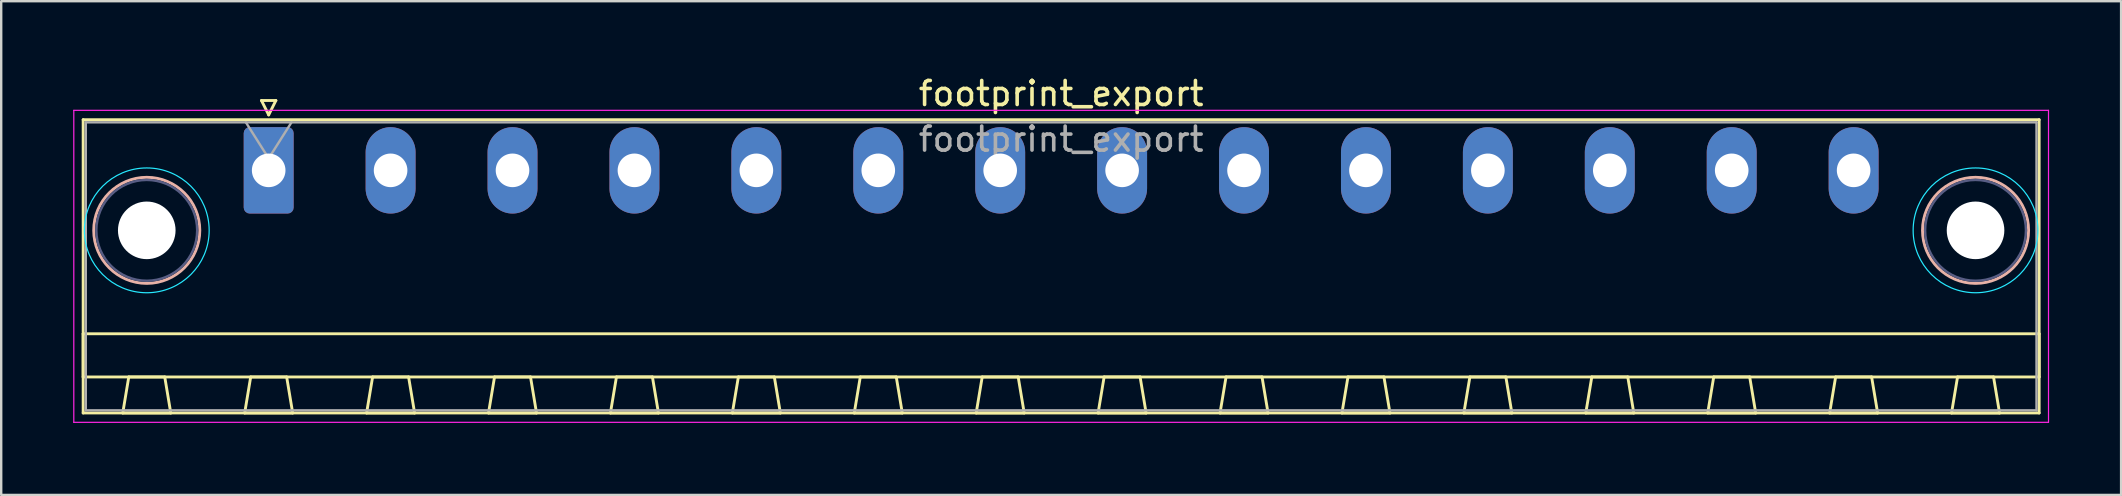
<source format=kicad_pcb>
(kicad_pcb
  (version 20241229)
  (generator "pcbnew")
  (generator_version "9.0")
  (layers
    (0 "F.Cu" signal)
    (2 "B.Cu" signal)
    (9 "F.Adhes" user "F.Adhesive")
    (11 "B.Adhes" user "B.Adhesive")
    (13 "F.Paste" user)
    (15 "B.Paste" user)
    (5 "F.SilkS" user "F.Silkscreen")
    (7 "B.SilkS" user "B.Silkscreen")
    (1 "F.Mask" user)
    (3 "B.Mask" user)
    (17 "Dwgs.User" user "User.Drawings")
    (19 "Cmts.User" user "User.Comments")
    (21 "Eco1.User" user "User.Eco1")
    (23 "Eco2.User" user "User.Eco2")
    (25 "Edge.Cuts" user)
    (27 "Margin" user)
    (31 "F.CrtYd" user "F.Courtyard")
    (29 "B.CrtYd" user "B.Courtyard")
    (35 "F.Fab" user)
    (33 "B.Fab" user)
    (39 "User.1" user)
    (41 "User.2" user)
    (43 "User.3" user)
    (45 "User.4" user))
  (footprint "footprint_export"
    (layer "F.Cu")
    (at 8.145 4.048)
    (property "Reference" "footprint_export" (at 33.02 -3.2 0) (layer "F.SilkS") (effects (font (size 1 1) (thickness 0.15))))
    (attr through_hole)
    (fp_line (start -7.73 -2.11) (end -7.73 10.11) (stroke (width 0.12) (type solid)) (layer "F.SilkS"))
    (fp_line (start -7.73 6.81) (end 73.77 6.81) (stroke (width 0.12) (type solid)) (layer "F.SilkS"))
    (fp_line (start -7.73 8.61) (end -7.73 6.81) (stroke (width 0.12) (type solid)) (layer "F.SilkS"))
    (fp_line (start -7.73 10.11) (end 73.77 10.11) (stroke (width 0.12) (type solid)) (layer "F.SilkS"))
    (fp_line (start -6.08 10.11) (end -4.08 10.11) (stroke (width 0.12) (type solid)) (layer "F.SilkS"))
    (fp_line (start -5.83 8.61) (end -6.08 10.11) (stroke (width 0.12) (type solid)) (layer "F.SilkS"))
    (fp_line (start -4.33 8.61) (end -5.83 8.61) (stroke (width 0.12) (type solid)) (layer "F.SilkS"))
    (fp_line (start -4.08 10.11) (end -4.33 8.61) (stroke (width 0.12) (type solid)) (layer "F.SilkS"))
    (fp_line (start -1 10.11) (end 1 10.11) (stroke (width 0.12) (type solid)) (layer "F.SilkS"))
    (fp_line (start -0.75 8.61) (end -1 10.11) (stroke (width 0.12) (type solid)) (layer "F.SilkS"))
    (fp_line (start -0.3 -2.91) (end 0.3 -2.91) (stroke (width 0.12) (type solid)) (layer "F.SilkS"))
    (fp_line (start 0 -2.31) (end -0.3 -2.91) (stroke (width 0.12) (type solid)) (layer "F.SilkS"))
    (fp_line (start 0.3 -2.91) (end 0 -2.31) (stroke (width 0.12) (type solid)) (layer "F.SilkS"))
    (fp_line (start 0.75 8.61) (end -0.75 8.61) (stroke (width 0.12) (type solid)) (layer "F.SilkS"))
    (fp_line (start 1 10.11) (end 0.75 8.61) (stroke (width 0.12) (type solid)) (layer "F.SilkS"))
    (fp_line (start 4.08 10.11) (end 6.08 10.11) (stroke (width 0.12) (type solid)) (layer "F.SilkS"))
    (fp_line (start 4.33 8.61) (end 4.08 10.11) (stroke (width 0.12) (type solid)) (layer "F.SilkS"))
    (fp_line (start 5.83 8.61) (end 4.33 8.61) (stroke (width 0.12) (type solid)) (layer "F.SilkS"))
    (fp_line (start 6.08 10.11) (end 5.83 8.61) (stroke (width 0.12) (type solid)) (layer "F.SilkS"))
    (fp_line (start 9.16 10.11) (end 11.16 10.11) (stroke (width 0.12) (type solid)) (layer "F.SilkS"))
    (fp_line (start 9.41 8.61) (end 9.16 10.11) (stroke (width 0.12) (type solid)) (layer "F.SilkS"))
    (fp_line (start 10.91 8.61) (end 9.41 8.61) (stroke (width 0.12) (type solid)) (layer "F.SilkS"))
    (fp_line (start 11.16 10.11) (end 10.91 8.61) (stroke (width 0.12) (type solid)) (layer "F.SilkS"))
    (fp_line (start 14.24 10.11) (end 16.24 10.11) (stroke (width 0.12) (type solid)) (layer "F.SilkS"))
    (fp_line (start 14.49 8.61) (end 14.24 10.11) (stroke (width 0.12) (type solid)) (layer "F.SilkS"))
    (fp_line (start 15.99 8.61) (end 14.49 8.61) (stroke (width 0.12) (type solid)) (layer "F.SilkS"))
    (fp_line (start 16.24 10.11) (end 15.99 8.61) (stroke (width 0.12) (type solid)) (layer "F.SilkS"))
    (fp_line (start 19.32 10.11) (end 21.32 10.11) (stroke (width 0.12) (type solid)) (layer "F.SilkS"))
    (fp_line (start 19.57 8.61) (end 19.32 10.11) (stroke (width 0.12) (type solid)) (layer "F.SilkS"))
    (fp_line (start 21.07 8.61) (end 19.57 8.61) (stroke (width 0.12) (type solid)) (layer "F.SilkS"))
    (fp_line (start 21.32 10.11) (end 21.07 8.61) (stroke (width 0.12) (type solid)) (layer "F.SilkS"))
    (fp_line (start 24.4 10.11) (end 26.4 10.11) (stroke (width 0.12) (type solid)) (layer "F.SilkS"))
    (fp_line (start 24.65 8.61) (end 24.4 10.11) (stroke (width 0.12) (type solid)) (layer "F.SilkS"))
    (fp_line (start 26.15 8.61) (end 24.65 8.61) (stroke (width 0.12) (type solid)) (layer "F.SilkS"))
    (fp_line (start 26.4 10.11) (end 26.15 8.61) (stroke (width 0.12) (type solid)) (layer "F.SilkS"))
    (fp_line (start 29.48 10.11) (end 31.48 10.11) (stroke (width 0.12) (type solid)) (layer "F.SilkS"))
    (fp_line (start 29.73 8.61) (end 29.48 10.11) (stroke (width 0.12) (type solid)) (layer "F.SilkS"))
    (fp_line (start 31.23 8.61) (end 29.73 8.61) (stroke (width 0.12) (type solid)) (layer "F.SilkS"))
    (fp_line (start 31.48 10.11) (end 31.23 8.61) (stroke (width 0.12) (type solid)) (layer "F.SilkS"))
    (fp_line (start 34.56 10.11) (end 36.56 10.11) (stroke (width 0.12) (type solid)) (layer "F.SilkS"))
    (fp_line (start 34.81 8.61) (end 34.56 10.11) (stroke (width 0.12) (type solid)) (layer "F.SilkS"))
    (fp_line (start 36.31 8.61) (end 34.81 8.61) (stroke (width 0.12) (type solid)) (layer "F.SilkS"))
    (fp_line (start 36.56 10.11) (end 36.31 8.61) (stroke (width 0.12) (type solid)) (layer "F.SilkS"))
    (fp_line (start 39.64 10.11) (end 41.64 10.11) (stroke (width 0.12) (type solid)) (layer "F.SilkS"))
    (fp_line (start 39.89 8.61) (end 39.64 10.11) (stroke (width 0.12) (type solid)) (layer "F.SilkS"))
    (fp_line (start 41.39 8.61) (end 39.89 8.61) (stroke (width 0.12) (type solid)) (layer "F.SilkS"))
    (fp_line (start 41.64 10.11) (end 41.39 8.61) (stroke (width 0.12) (type solid)) (layer "F.SilkS"))
    (fp_line (start 44.72 10.11) (end 46.72 10.11) (stroke (width 0.12) (type solid)) (layer "F.SilkS"))
    (fp_line (start 44.97 8.61) (end 44.72 10.11) (stroke (width 0.12) (type solid)) (layer "F.SilkS"))
    (fp_line (start 46.47 8.61) (end 44.97 8.61) (stroke (width 0.12) (type solid)) (layer "F.SilkS"))
    (fp_line (start 46.72 10.11) (end 46.47 8.61) (stroke (width 0.12) (type solid)) (layer "F.SilkS"))
    (fp_line (start 49.8 10.11) (end 51.8 10.11) (stroke (width 0.12) (type solid)) (layer "F.SilkS"))
    (fp_line (start 50.05 8.61) (end 49.8 10.11) (stroke (width 0.12) (type solid)) (layer "F.SilkS"))
    (fp_line (start 51.55 8.61) (end 50.05 8.61) (stroke (width 0.12) (type solid)) (layer "F.SilkS"))
    (fp_line (start 51.8 10.11) (end 51.55 8.61) (stroke (width 0.12) (type solid)) (layer "F.SilkS"))
    (fp_line (start 54.88 10.11) (end 56.88 10.11) (stroke (width 0.12) (type solid)) (layer "F.SilkS"))
    (fp_line (start 55.13 8.61) (end 54.88 10.11) (stroke (width 0.12) (type solid)) (layer "F.SilkS"))
    (fp_line (start 56.63 8.61) (end 55.13 8.61) (stroke (width 0.12) (type solid)) (layer "F.SilkS"))
    (fp_line (start 56.88 10.11) (end 56.63 8.61) (stroke (width 0.12) (type solid)) (layer "F.SilkS"))
    (fp_line (start 59.96 10.11) (end 61.96 10.11) (stroke (width 0.12) (type solid)) (layer "F.SilkS"))
    (fp_line (start 60.21 8.61) (end 59.96 10.11) (stroke (width 0.12) (type solid)) (layer "F.SilkS"))
    (fp_line (start 61.71 8.61) (end 60.21 8.61) (stroke (width 0.12) (type solid)) (layer "F.SilkS"))
    (fp_line (start 61.96 10.11) (end 61.71 8.61) (stroke (width 0.12) (type solid)) (layer "F.SilkS"))
    (fp_line (start 65.04 10.11) (end 67.04 10.11) (stroke (width 0.12) (type solid)) (layer "F.SilkS"))
    (fp_line (start 65.29 8.61) (end 65.04 10.11) (stroke (width 0.12) (type solid)) (layer "F.SilkS"))
    (fp_line (start 66.79 8.61) (end 65.29 8.61) (stroke (width 0.12) (type solid)) (layer "F.SilkS"))
    (fp_line (start 67.04 10.11) (end 66.79 8.61) (stroke (width 0.12) (type solid)) (layer "F.SilkS"))
    (fp_line (start 70.12 10.11) (end 72.12 10.11) (stroke (width 0.12) (type solid)) (layer "F.SilkS"))
    (fp_line (start 70.37 8.61) (end 70.12 10.11) (stroke (width 0.12) (type solid)) (layer "F.SilkS"))
    (fp_line (start 71.87 8.61) (end 70.37 8.61) (stroke (width 0.12) (type solid)) (layer "F.SilkS"))
    (fp_line (start 72.12 10.11) (end 71.87 8.61) (stroke (width 0.12) (type solid)) (layer "F.SilkS"))
    (fp_line (start 73.77 -2.11) (end -7.73 -2.11) (stroke (width 0.12) (type solid)) (layer "F.SilkS"))
    (fp_line (start 73.77 6.81) (end 73.77 8.61) (stroke (width 0.12) (type solid)) (layer "F.SilkS"))
    (fp_line (start 73.77 8.61) (end -7.73 8.61) (stroke (width 0.12) (type solid)) (layer "F.SilkS"))
    (fp_line (start 73.77 10.11) (end 73.77 -2.11) (stroke (width 0.12) (type solid)) (layer "F.SilkS"))
    (fp_circle (center -5.08 2.5) (end -2.87 2.5) (stroke (width 0.12) (type solid)) (fill no) (layer "B.SilkS"))
    (fp_circle (center 71.12 2.5) (end 73.33 2.5) (stroke (width 0.12) (type solid)) (fill no) (layer "B.SilkS"))
    (fp_circle (center -5.08 2.5) (end -2.48 2.5) (stroke (width 0.05) (type solid)) (fill no) (layer "B.CrtYd"))
    (fp_circle (center 71.12 2.5) (end 73.72 2.5) (stroke (width 0.05) (type solid)) (fill no) (layer "B.CrtYd"))
    (fp_line (start -8.12 -2.5) (end -8.12 10.5) (stroke (width 0.05) (type solid)) (layer "F.CrtYd"))
    (fp_line (start -8.12 10.5) (end 74.16 10.5) (stroke (width 0.05) (type solid)) (layer "F.CrtYd"))
    (fp_line (start 74.16 -2.5) (end -8.12 -2.5) (stroke (width 0.05) (type solid)) (layer "F.CrtYd"))
    (fp_line (start 74.16 10.5) (end 74.16 -2.5) (stroke (width 0.05) (type solid)) (layer "F.CrtYd"))
    (fp_circle (center -5.08 2.5) (end -2.98 2.5) (stroke (width 0.1) (type solid)) (fill no) (layer "B.Fab"))
    (fp_circle (center 71.12 2.5) (end 73.22 2.5) (stroke (width 0.1) (type solid)) (fill no) (layer "B.Fab"))
    (fp_line (start -7.62 -2) (end -7.62 10) (stroke (width 0.1) (type solid)) (layer "F.Fab"))
    (fp_line (start -7.62 10) (end 73.66 10) (stroke (width 0.1) (type solid)) (layer "F.Fab"))
    (fp_line (start 0 -0.5) (end -0.95 -2) (stroke (width 0.1) (type solid)) (layer "F.Fab"))
    (fp_line (start 0.95 -2) (end 0 -0.5) (stroke (width 0.1) (type solid)) (layer "F.Fab"))
    (fp_line (start 73.66 -2) (end -7.62 -2) (stroke (width 0.1) (type solid)) (layer "F.Fab"))
    (fp_line (start 73.66 10) (end 73.66 -2) (stroke (width 0.1) (type solid)) (layer "F.Fab"))
    (fp_text user "${REFERENCE}" (at 33.02 -1.3 0) (layer "F.Fab") (effects (font (size 1 1) (thickness 0.15))))
    (pad "" np_thru_hole circle (at -5.08 2.5) (size 2.4 2.4) (drill 2.4) (layers "*.Cu" "*.Mask"))
    (pad "" np_thru_hole circle (at 71.12 2.5) (size 2.4 2.4) (drill 2.4) (layers "*.Cu" "*.Mask"))
    (pad "1" thru_hole roundrect (at 0 0) (size 2.08 3.6) (drill 1.4) (layers "*.Cu" "*.Mask") (roundrect_rratio 0.12))
    (pad "2" thru_hole oval (at 5.08 0) (size 2.08 3.6) (drill 1.4) (layers "*.Cu" "*.Mask"))
    (pad "3" thru_hole oval (at 10.16 0) (size 2.08 3.6) (drill 1.4) (layers "*.Cu" "*.Mask"))
    (pad "4" thru_hole oval (at 15.24 0) (size 2.08 3.6) (drill 1.4) (layers "*.Cu" "*.Mask"))
    (pad "5" thru_hole oval (at 20.32 0) (size 2.08 3.6) (drill 1.4) (layers "*.Cu" "*.Mask"))
    (pad "6" thru_hole oval (at 25.4 0) (size 2.08 3.6) (drill 1.4) (layers "*.Cu" "*.Mask"))
    (pad "7" thru_hole oval (at 30.48 0) (size 2.08 3.6) (drill 1.4) (layers "*.Cu" "*.Mask"))
    (pad "8" thru_hole oval (at 35.56 0) (size 2.08 3.6) (drill 1.4) (layers "*.Cu" "*.Mask"))
    (pad "9" thru_hole oval (at 40.64 0) (size 2.08 3.6) (drill 1.4) (layers "*.Cu" "*.Mask"))
    (pad "10" thru_hole oval (at 45.72 0) (size 2.08 3.6) (drill 1.4) (layers "*.Cu" "*.Mask"))
    (pad "11" thru_hole oval (at 50.8 0) (size 2.08 3.6) (drill 1.4) (layers "*.Cu" "*.Mask"))
    (pad "12" thru_hole oval (at 55.88 0) (size 2.08 3.6) (drill 1.4) (layers "*.Cu" "*.Mask"))
    (pad "13" thru_hole oval (at 60.96 0) (size 2.08 3.6) (drill 1.4) (layers "*.Cu" "*.Mask"))
    (pad "14" thru_hole oval (at 66.04 0) (size 2.08 3.6) (drill 1.4) (layers "*.Cu" "*.Mask")))
  (gr_rect
    (start -3 -3)
    (end 85.33 17.573)
    (stroke (width 0.1) (type default))
    (fill no)
    (layer "Edge.Cuts")))
</source>
